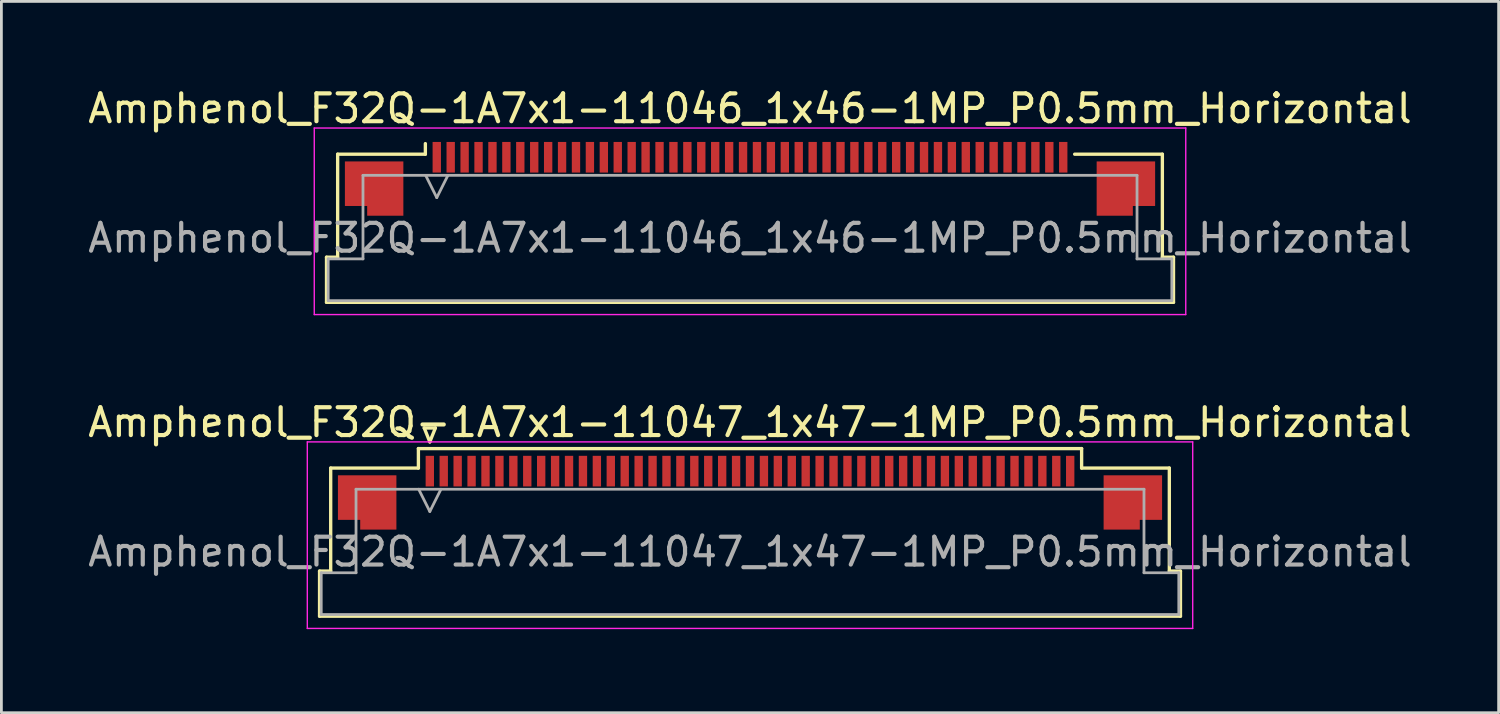
<source format=kicad_pcb>
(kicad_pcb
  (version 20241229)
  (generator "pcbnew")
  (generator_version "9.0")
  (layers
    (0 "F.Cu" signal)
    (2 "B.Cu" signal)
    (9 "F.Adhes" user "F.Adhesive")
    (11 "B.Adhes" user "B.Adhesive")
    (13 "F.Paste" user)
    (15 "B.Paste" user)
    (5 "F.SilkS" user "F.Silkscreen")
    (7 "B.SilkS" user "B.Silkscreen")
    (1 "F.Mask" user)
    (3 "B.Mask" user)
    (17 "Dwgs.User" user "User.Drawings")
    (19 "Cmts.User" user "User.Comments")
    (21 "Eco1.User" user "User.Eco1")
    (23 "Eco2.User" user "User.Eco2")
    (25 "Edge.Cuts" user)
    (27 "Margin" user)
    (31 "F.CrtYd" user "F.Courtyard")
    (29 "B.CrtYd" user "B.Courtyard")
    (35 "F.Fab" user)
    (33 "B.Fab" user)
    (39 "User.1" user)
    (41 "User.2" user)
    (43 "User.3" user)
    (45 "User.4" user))
  (footprint "Amphenol_F32Q-1A7x1-11047_1x47-1MP_P0.5mm_Horizontal"
    (layer "F.Cu")
    (at 23.887 16.771)
    (property "Reference" "Amphenol_F32Q-1A7x1-11047_1x47-1MP_P0.5mm_Horizontal" (at 0 -4.65 0) (layer "F.SilkS") (effects (font (size 1 1) (thickness 0.15))))
    (attr smd)
    (fp_line (start -15.46 0.69) (end -15.06 0.69) (stroke (width 0.12) (type solid)) (layer "F.SilkS"))
    (fp_line (start -15.46 2.31) (end -15.46 0.69) (stroke (width 0.12) (type solid)) (layer "F.SilkS"))
    (fp_line (start -15.06 -3.01) (end -11.91 -3.01) (stroke (width 0.12) (type solid)) (layer "F.SilkS"))
    (fp_line (start -15.06 0.69) (end -15.06 -3.01) (stroke (width 0.12) (type solid)) (layer "F.SilkS"))
    (fp_line (start -11.91 -3.71) (end 11.91 -3.71) (stroke (width 0.12) (type solid)) (layer "F.SilkS"))
    (fp_line (start -11.91 -3.01) (end -11.91 -3.71) (stroke (width 0.12) (type solid)) (layer "F.SilkS"))
    (fp_line (start -11.7 -4.45) (end -11.5 -3.95) (stroke (width 0.12) (type solid)) (layer "F.SilkS"))
    (fp_line (start -11.5 -3.95) (end -11.3 -4.45) (stroke (width 0.12) (type solid)) (layer "F.SilkS"))
    (fp_line (start -11.3 -4.45) (end -11.7 -4.45) (stroke (width 0.12) (type solid)) (layer "F.SilkS"))
    (fp_line (start 11.91 -3.71) (end 11.91 -3.01) (stroke (width 0.12) (type solid)) (layer "F.SilkS"))
    (fp_line (start 11.91 -3.01) (end 15.06 -3.01) (stroke (width 0.12) (type solid)) (layer "F.SilkS"))
    (fp_line (start 15.06 -3.01) (end 15.06 0.69) (stroke (width 0.12) (type solid)) (layer "F.SilkS"))
    (fp_line (start 15.06 0.69) (end 15.46 0.69) (stroke (width 0.12) (type solid)) (layer "F.SilkS"))
    (fp_line (start 15.46 0.69) (end 15.46 2.31) (stroke (width 0.12) (type solid)) (layer "F.SilkS"))
    (fp_line (start 15.46 2.31) (end -15.46 2.31) (stroke (width 0.12) (type solid)) (layer "F.SilkS"))
    (fp_line (start -15.9 -3.95) (end -15.9 2.75) (stroke (width 0.05) (type solid)) (layer "F.CrtYd"))
    (fp_line (start -15.9 2.75) (end 15.9 2.75) (stroke (width 0.05) (type solid)) (layer "F.CrtYd"))
    (fp_line (start 15.9 -3.95) (end -15.9 -3.95) (stroke (width 0.05) (type solid)) (layer "F.CrtYd"))
    (fp_line (start 15.9 2.75) (end 15.9 -3.95) (stroke (width 0.05) (type solid)) (layer "F.CrtYd"))
    (fp_line (start -15.4 0.75) (end -14.15 0.75) (stroke (width 0.1) (type solid)) (layer "F.Fab"))
    (fp_line (start -15.4 2.25) (end -15.4 0.75) (stroke (width 0.1) (type solid)) (layer "F.Fab"))
    (fp_line (start -14.15 -2.25) (end 14.15 -2.25) (stroke (width 0.1) (type solid)) (layer "F.Fab"))
    (fp_line (start -14.15 0.75) (end -14.15 -2.25) (stroke (width 0.1) (type solid)) (layer "F.Fab"))
    (fp_line (start -11.9 -2.25) (end -11.5 -1.45) (stroke (width 0.1) (type solid)) (layer "F.Fab"))
    (fp_line (start -11.5 -1.45) (end -11.1 -2.25) (stroke (width 0.1) (type solid)) (layer "F.Fab"))
    (fp_line (start 14.15 -2.25) (end 14.15 0.75) (stroke (width 0.1) (type solid)) (layer "F.Fab"))
    (fp_line (start 14.15 0.75) (end 15.4 0.75) (stroke (width 0.1) (type solid)) (layer "F.Fab"))
    (fp_line (start 15.4 0.75) (end 15.4 2.25) (stroke (width 0.1) (type solid)) (layer "F.Fab"))
    (fp_line (start 15.4 2.25) (end -15.4 2.25) (stroke (width 0.1) (type solid)) (layer "F.Fab"))
    (fp_text user "${REFERENCE}" (at 0 0 0) (layer "F.Fab") (effects (font (size 1 1) (thickness 0.15))))
    (pad "1" smd rect (at -11.5 -2.9) (size 0.3 1.1) (layers "F.Cu" "F.Mask" "F.Paste"))
    (pad "2" smd rect (at -11 -2.9) (size 0.3 1.1) (layers "F.Cu" "F.Mask" "F.Paste"))
    (pad "3" smd rect (at -10.5 -2.9) (size 0.3 1.1) (layers "F.Cu" "F.Mask" "F.Paste"))
    (pad "4" smd rect (at -10 -2.9) (size 0.3 1.1) (layers "F.Cu" "F.Mask" "F.Paste"))
    (pad "5" smd rect (at -9.5 -2.9) (size 0.3 1.1) (layers "F.Cu" "F.Mask" "F.Paste"))
    (pad "6" smd rect (at -9 -2.9) (size 0.3 1.1) (layers "F.Cu" "F.Mask" "F.Paste"))
    (pad "7" smd rect (at -8.5 -2.9) (size 0.3 1.1) (layers "F.Cu" "F.Mask" "F.Paste"))
    (pad "8" smd rect (at -8 -2.9) (size 0.3 1.1) (layers "F.Cu" "F.Mask" "F.Paste"))
    (pad "9" smd rect (at -7.5 -2.9) (size 0.3 1.1) (layers "F.Cu" "F.Mask" "F.Paste"))
    (pad "10" smd rect (at -7 -2.9) (size 0.3 1.1) (layers "F.Cu" "F.Mask" "F.Paste"))
    (pad "11" smd rect (at -6.5 -2.9) (size 0.3 1.1) (layers "F.Cu" "F.Mask" "F.Paste"))
    (pad "12" smd rect (at -6 -2.9) (size 0.3 1.1) (layers "F.Cu" "F.Mask" "F.Paste"))
    (pad "13" smd rect (at -5.5 -2.9) (size 0.3 1.1) (layers "F.Cu" "F.Mask" "F.Paste"))
    (pad "14" smd rect (at -5 -2.9) (size 0.3 1.1) (layers "F.Cu" "F.Mask" "F.Paste"))
    (pad "15" smd rect (at -4.5 -2.9) (size 0.3 1.1) (layers "F.Cu" "F.Mask" "F.Paste"))
    (pad "16" smd rect (at -4 -2.9) (size 0.3 1.1) (layers "F.Cu" "F.Mask" "F.Paste"))
    (pad "17" smd rect (at -3.5 -2.9) (size 0.3 1.1) (layers "F.Cu" "F.Mask" "F.Paste"))
    (pad "18" smd rect (at -3 -2.9) (size 0.3 1.1) (layers "F.Cu" "F.Mask" "F.Paste"))
    (pad "19" smd rect (at -2.5 -2.9) (size 0.3 1.1) (layers "F.Cu" "F.Mask" "F.Paste"))
    (pad "20" smd rect (at -2 -2.9) (size 0.3 1.1) (layers "F.Cu" "F.Mask" "F.Paste"))
    (pad "21" smd rect (at -1.5 -2.9) (size 0.3 1.1) (layers "F.Cu" "F.Mask" "F.Paste"))
    (pad "22" smd rect (at -1 -2.9) (size 0.3 1.1) (layers "F.Cu" "F.Mask" "F.Paste"))
    (pad "23" smd rect (at -0.5 -2.9) (size 0.3 1.1) (layers "F.Cu" "F.Mask" "F.Paste"))
    (pad "24" smd rect (at 0 -2.9) (size 0.3 1.1) (layers "F.Cu" "F.Mask" "F.Paste"))
    (pad "25" smd rect (at 0.5 -2.9) (size 0.3 1.1) (layers "F.Cu" "F.Mask" "F.Paste"))
    (pad "26" smd rect (at 1 -2.9) (size 0.3 1.1) (layers "F.Cu" "F.Mask" "F.Paste"))
    (pad "27" smd rect (at 1.5 -2.9) (size 0.3 1.1) (layers "F.Cu" "F.Mask" "F.Paste"))
    (pad "28" smd rect (at 2 -2.9) (size 0.3 1.1) (layers "F.Cu" "F.Mask" "F.Paste"))
    (pad "29" smd rect (at 2.5 -2.9) (size 0.3 1.1) (layers "F.Cu" "F.Mask" "F.Paste"))
    (pad "30" smd rect (at 3 -2.9) (size 0.3 1.1) (layers "F.Cu" "F.Mask" "F.Paste"))
    (pad "31" smd rect (at 3.5 -2.9) (size 0.3 1.1) (layers "F.Cu" "F.Mask" "F.Paste"))
    (pad "32" smd rect (at 4 -2.9) (size 0.3 1.1) (layers "F.Cu" "F.Mask" "F.Paste"))
    (pad "33" smd rect (at 4.5 -2.9) (size 0.3 1.1) (layers "F.Cu" "F.Mask" "F.Paste"))
    (pad "34" smd rect (at 5 -2.9) (size 0.3 1.1) (layers "F.Cu" "F.Mask" "F.Paste"))
    (pad "35" smd rect (at 5.5 -2.9) (size 0.3 1.1) (layers "F.Cu" "F.Mask" "F.Paste"))
    (pad "36" smd rect (at 6 -2.9) (size 0.3 1.1) (layers "F.Cu" "F.Mask" "F.Paste"))
    (pad "37" smd rect (at 6.5 -2.9) (size 0.3 1.1) (layers "F.Cu" "F.Mask" "F.Paste"))
    (pad "38" smd rect (at 7 -2.9) (size 0.3 1.1) (layers "F.Cu" "F.Mask" "F.Paste"))
    (pad "39" smd rect (at 7.5 -2.9) (size 0.3 1.1) (layers "F.Cu" "F.Mask" "F.Paste"))
    (pad "40" smd rect (at 8 -2.9) (size 0.3 1.1) (layers "F.Cu" "F.Mask" "F.Paste"))
    (pad "41" smd rect (at 8.5 -2.9) (size 0.3 1.1) (layers "F.Cu" "F.Mask" "F.Paste"))
    (pad "42" smd rect (at 9 -2.9) (size 0.3 1.1) (layers "F.Cu" "F.Mask" "F.Paste"))
    (pad "43" smd rect (at 9.5 -2.9) (size 0.3 1.1) (layers "F.Cu" "F.Mask" "F.Paste"))
    (pad "44" smd rect (at 10 -2.9) (size 0.3 1.1) (layers "F.Cu" "F.Mask" "F.Paste"))
    (pad "45" smd rect (at 10.5 -2.9) (size 0.3 1.1) (layers "F.Cu" "F.Mask" "F.Paste"))
    (pad "46" smd rect (at 11 -2.9) (size 0.3 1.1) (layers "F.Cu" "F.Mask" "F.Paste"))
    (pad "47" smd rect (at 11.5 -2.9) (size 0.3 1.1) (layers "F.Cu" "F.Mask" "F.Paste"))
    (pad "MP" smd custom (at -13.75 -1.775) (size 1 1) (layers "F.Cu" "F.Mask" "F.Paste") (options (anchor circle)) (primitives (gr_poly (pts (xy 1.05 -0.975) (xy 1.05 0.975) (xy -0.25 0.975) (xy -0.25 0.625) (xy -1.05 0.625) (xy -1.05 -0.975) (xy 1.05 -0.975)) (width 0) (fill yes))))
    (pad "MP" smd custom (at 13.75 -1.775) (size 1 1) (layers "F.Cu" "F.Mask" "F.Paste") (options (anchor circle)) (primitives (gr_poly (pts (xy -1.05 -0.975) (xy -1.05 0.975) (xy 0.25 0.975) (xy 0.25 0.625) (xy 1.05 0.625) (xy 1.05 -0.975) (xy -1.05 -0.975)) (width 0) (fill yes)))))
  (footprint "Amphenol_F32Q-1A7x1-11046_1x46-1MP_P0.5mm_Horizontal"
    (layer "F.Cu")
    (at 23.887 5.498)
    (property "Reference" "Amphenol_F32Q-1A7x1-11046_1x46-1MP_P0.5mm_Horizontal" (at 0 -4.65 0) (layer "F.SilkS") (effects (font (size 1 1) (thickness 0.15))))
    (attr smd)
    (fp_line (start -15.21 0.69) (end -14.81 0.69) (stroke (width 0.12) (type solid)) (layer "F.SilkS"))
    (fp_line (start -15.21 2.31) (end -15.21 0.69) (stroke (width 0.12) (type solid)) (layer "F.SilkS"))
    (fp_line (start -14.81 -3.01) (end -11.66 -3.01) (stroke (width 0.12) (type solid)) (layer "F.SilkS"))
    (fp_line (start -14.81 0.69) (end -14.81 -3.01) (stroke (width 0.12) (type solid)) (layer "F.SilkS"))
    (fp_line (start -11.66 -3.01) (end -11.66 -3.39) (stroke (width 0.12) (type solid)) (layer "F.SilkS"))
    (fp_line (start 11.66 -3.01) (end 14.81 -3.01) (stroke (width 0.12) (type solid)) (layer "F.SilkS"))
    (fp_line (start 14.81 -3.01) (end 14.81 0.69) (stroke (width 0.12) (type solid)) (layer "F.SilkS"))
    (fp_line (start 14.81 0.69) (end 15.21 0.69) (stroke (width 0.12) (type solid)) (layer "F.SilkS"))
    (fp_line (start 15.21 0.69) (end 15.21 2.31) (stroke (width 0.12) (type solid)) (layer "F.SilkS"))
    (fp_line (start 15.21 2.31) (end -15.21 2.31) (stroke (width 0.12) (type solid)) (layer "F.SilkS"))
    (fp_line (start -15.65 -3.95) (end -15.65 2.75) (stroke (width 0.05) (type solid)) (layer "F.CrtYd"))
    (fp_line (start -15.65 2.75) (end 15.65 2.75) (stroke (width 0.05) (type solid)) (layer "F.CrtYd"))
    (fp_line (start 15.65 -3.95) (end -15.65 -3.95) (stroke (width 0.05) (type solid)) (layer "F.CrtYd"))
    (fp_line (start 15.65 2.75) (end 15.65 -3.95) (stroke (width 0.05) (type solid)) (layer "F.CrtYd"))
    (fp_line (start -15.15 0.75) (end -13.9 0.75) (stroke (width 0.1) (type solid)) (layer "F.Fab"))
    (fp_line (start -15.15 2.25) (end -15.15 0.75) (stroke (width 0.1) (type solid)) (layer "F.Fab"))
    (fp_line (start -13.9 -2.25) (end 13.9 -2.25) (stroke (width 0.1) (type solid)) (layer "F.Fab"))
    (fp_line (start -13.9 0.75) (end -13.9 -2.25) (stroke (width 0.1) (type solid)) (layer "F.Fab"))
    (fp_line (start -11.65 -2.25) (end -11.25 -1.45) (stroke (width 0.1) (type solid)) (layer "F.Fab"))
    (fp_line (start -11.25 -1.45) (end -10.85 -2.25) (stroke (width 0.1) (type solid)) (layer "F.Fab"))
    (fp_line (start 13.9 -2.25) (end 13.9 0.75) (stroke (width 0.1) (type solid)) (layer "F.Fab"))
    (fp_line (start 13.9 0.75) (end 15.15 0.75) (stroke (width 0.1) (type solid)) (layer "F.Fab"))
    (fp_line (start 15.15 0.75) (end 15.15 2.25) (stroke (width 0.1) (type solid)) (layer "F.Fab"))
    (fp_line (start 15.15 2.25) (end -15.15 2.25) (stroke (width 0.1) (type solid)) (layer "F.Fab"))
    (fp_text user "${REFERENCE}" (at 0 0 0) (layer "F.Fab") (effects (font (size 1 1) (thickness 0.15))))
    (pad "1" smd rect (at -11.25 -2.9) (size 0.3 1.1) (layers "F.Cu" "F.Mask" "F.Paste"))
    (pad "2" smd rect (at -10.75 -2.9) (size 0.3 1.1) (layers "F.Cu" "F.Mask" "F.Paste"))
    (pad "3" smd rect (at -10.25 -2.9) (size 0.3 1.1) (layers "F.Cu" "F.Mask" "F.Paste"))
    (pad "4" smd rect (at -9.75 -2.9) (size 0.3 1.1) (layers "F.Cu" "F.Mask" "F.Paste"))
    (pad "5" smd rect (at -9.25 -2.9) (size 0.3 1.1) (layers "F.Cu" "F.Mask" "F.Paste"))
    (pad "6" smd rect (at -8.75 -2.9) (size 0.3 1.1) (layers "F.Cu" "F.Mask" "F.Paste"))
    (pad "7" smd rect (at -8.25 -2.9) (size 0.3 1.1) (layers "F.Cu" "F.Mask" "F.Paste"))
    (pad "8" smd rect (at -7.75 -2.9) (size 0.3 1.1) (layers "F.Cu" "F.Mask" "F.Paste"))
    (pad "9" smd rect (at -7.25 -2.9) (size 0.3 1.1) (layers "F.Cu" "F.Mask" "F.Paste"))
    (pad "10" smd rect (at -6.75 -2.9) (size 0.3 1.1) (layers "F.Cu" "F.Mask" "F.Paste"))
    (pad "11" smd rect (at -6.25 -2.9) (size 0.3 1.1) (layers "F.Cu" "F.Mask" "F.Paste"))
    (pad "12" smd rect (at -5.75 -2.9) (size 0.3 1.1) (layers "F.Cu" "F.Mask" "F.Paste"))
    (pad "13" smd rect (at -5.25 -2.9) (size 0.3 1.1) (layers "F.Cu" "F.Mask" "F.Paste"))
    (pad "14" smd rect (at -4.75 -2.9) (size 0.3 1.1) (layers "F.Cu" "F.Mask" "F.Paste"))
    (pad "15" smd rect (at -4.25 -2.9) (size 0.3 1.1) (layers "F.Cu" "F.Mask" "F.Paste"))
    (pad "16" smd rect (at -3.75 -2.9) (size 0.3 1.1) (layers "F.Cu" "F.Mask" "F.Paste"))
    (pad "17" smd rect (at -3.25 -2.9) (size 0.3 1.1) (layers "F.Cu" "F.Mask" "F.Paste"))
    (pad "18" smd rect (at -2.75 -2.9) (size 0.3 1.1) (layers "F.Cu" "F.Mask" "F.Paste"))
    (pad "19" smd rect (at -2.25 -2.9) (size 0.3 1.1) (layers "F.Cu" "F.Mask" "F.Paste"))
    (pad "20" smd rect (at -1.75 -2.9) (size 0.3 1.1) (layers "F.Cu" "F.Mask" "F.Paste"))
    (pad "21" smd rect (at -1.25 -2.9) (size 0.3 1.1) (layers "F.Cu" "F.Mask" "F.Paste"))
    (pad "22" smd rect (at -0.75 -2.9) (size 0.3 1.1) (layers "F.Cu" "F.Mask" "F.Paste"))
    (pad "23" smd rect (at -0.25 -2.9) (size 0.3 1.1) (layers "F.Cu" "F.Mask" "F.Paste"))
    (pad "24" smd rect (at 0.25 -2.9) (size 0.3 1.1) (layers "F.Cu" "F.Mask" "F.Paste"))
    (pad "25" smd rect (at 0.75 -2.9) (size 0.3 1.1) (layers "F.Cu" "F.Mask" "F.Paste"))
    (pad "26" smd rect (at 1.25 -2.9) (size 0.3 1.1) (layers "F.Cu" "F.Mask" "F.Paste"))
    (pad "27" smd rect (at 1.75 -2.9) (size 0.3 1.1) (layers "F.Cu" "F.Mask" "F.Paste"))
    (pad "28" smd rect (at 2.25 -2.9) (size 0.3 1.1) (layers "F.Cu" "F.Mask" "F.Paste"))
    (pad "29" smd rect (at 2.75 -2.9) (size 0.3 1.1) (layers "F.Cu" "F.Mask" "F.Paste"))
    (pad "30" smd rect (at 3.25 -2.9) (size 0.3 1.1) (layers "F.Cu" "F.Mask" "F.Paste"))
    (pad "31" smd rect (at 3.75 -2.9) (size 0.3 1.1) (layers "F.Cu" "F.Mask" "F.Paste"))
    (pad "32" smd rect (at 4.25 -2.9) (size 0.3 1.1) (layers "F.Cu" "F.Mask" "F.Paste"))
    (pad "33" smd rect (at 4.75 -2.9) (size 0.3 1.1) (layers "F.Cu" "F.Mask" "F.Paste"))
    (pad "34" smd rect (at 5.25 -2.9) (size 0.3 1.1) (layers "F.Cu" "F.Mask" "F.Paste"))
    (pad "35" smd rect (at 5.75 -2.9) (size 0.3 1.1) (layers "F.Cu" "F.Mask" "F.Paste"))
    (pad "36" smd rect (at 6.25 -2.9) (size 0.3 1.1) (layers "F.Cu" "F.Mask" "F.Paste"))
    (pad "37" smd rect (at 6.75 -2.9) (size 0.3 1.1) (layers "F.Cu" "F.Mask" "F.Paste"))
    (pad "38" smd rect (at 7.25 -2.9) (size 0.3 1.1) (layers "F.Cu" "F.Mask" "F.Paste"))
    (pad "39" smd rect (at 7.75 -2.9) (size 0.3 1.1) (layers "F.Cu" "F.Mask" "F.Paste"))
    (pad "40" smd rect (at 8.25 -2.9) (size 0.3 1.1) (layers "F.Cu" "F.Mask" "F.Paste"))
    (pad "41" smd rect (at 8.75 -2.9) (size 0.3 1.1) (layers "F.Cu" "F.Mask" "F.Paste"))
    (pad "42" smd rect (at 9.25 -2.9) (size 0.3 1.1) (layers "F.Cu" "F.Mask" "F.Paste"))
    (pad "43" smd rect (at 9.75 -2.9) (size 0.3 1.1) (layers "F.Cu" "F.Mask" "F.Paste"))
    (pad "44" smd rect (at 10.25 -2.9) (size 0.3 1.1) (layers "F.Cu" "F.Mask" "F.Paste"))
    (pad "45" smd rect (at 10.75 -2.9) (size 0.3 1.1) (layers "F.Cu" "F.Mask" "F.Paste"))
    (pad "46" smd rect (at 11.25 -2.9) (size 0.3 1.1) (layers "F.Cu" "F.Mask" "F.Paste"))
    (pad "MP" smd custom (at -13.5 -1.775) (size 1 1) (layers "F.Cu" "F.Mask" "F.Paste") (options (anchor circle)) (primitives (gr_poly (pts (xy 1.05 -0.975) (xy 1.05 0.975) (xy -0.25 0.975) (xy -0.25 0.625) (xy -1.05 0.625) (xy -1.05 -0.975) (xy 1.05 -0.975)) (width 0) (fill yes))))
    (pad "MP" smd custom (at 13.5 -1.775) (size 1 1) (layers "F.Cu" "F.Mask" "F.Paste") (options (anchor circle)) (primitives (gr_poly (pts (xy -1.05 -0.975) (xy -1.05 0.975) (xy 0.25 0.975) (xy 0.25 0.625) (xy 1.05 0.625) (xy 1.05 -0.975) (xy -1.05 -0.975)) (width 0) (fill yes)))))
  (gr_rect
    (start -3 -3)
    (end 50.774 22.547)
    (stroke (width 0.1) (type default))
    (fill no)
    (layer "Edge.Cuts")))
</source>
